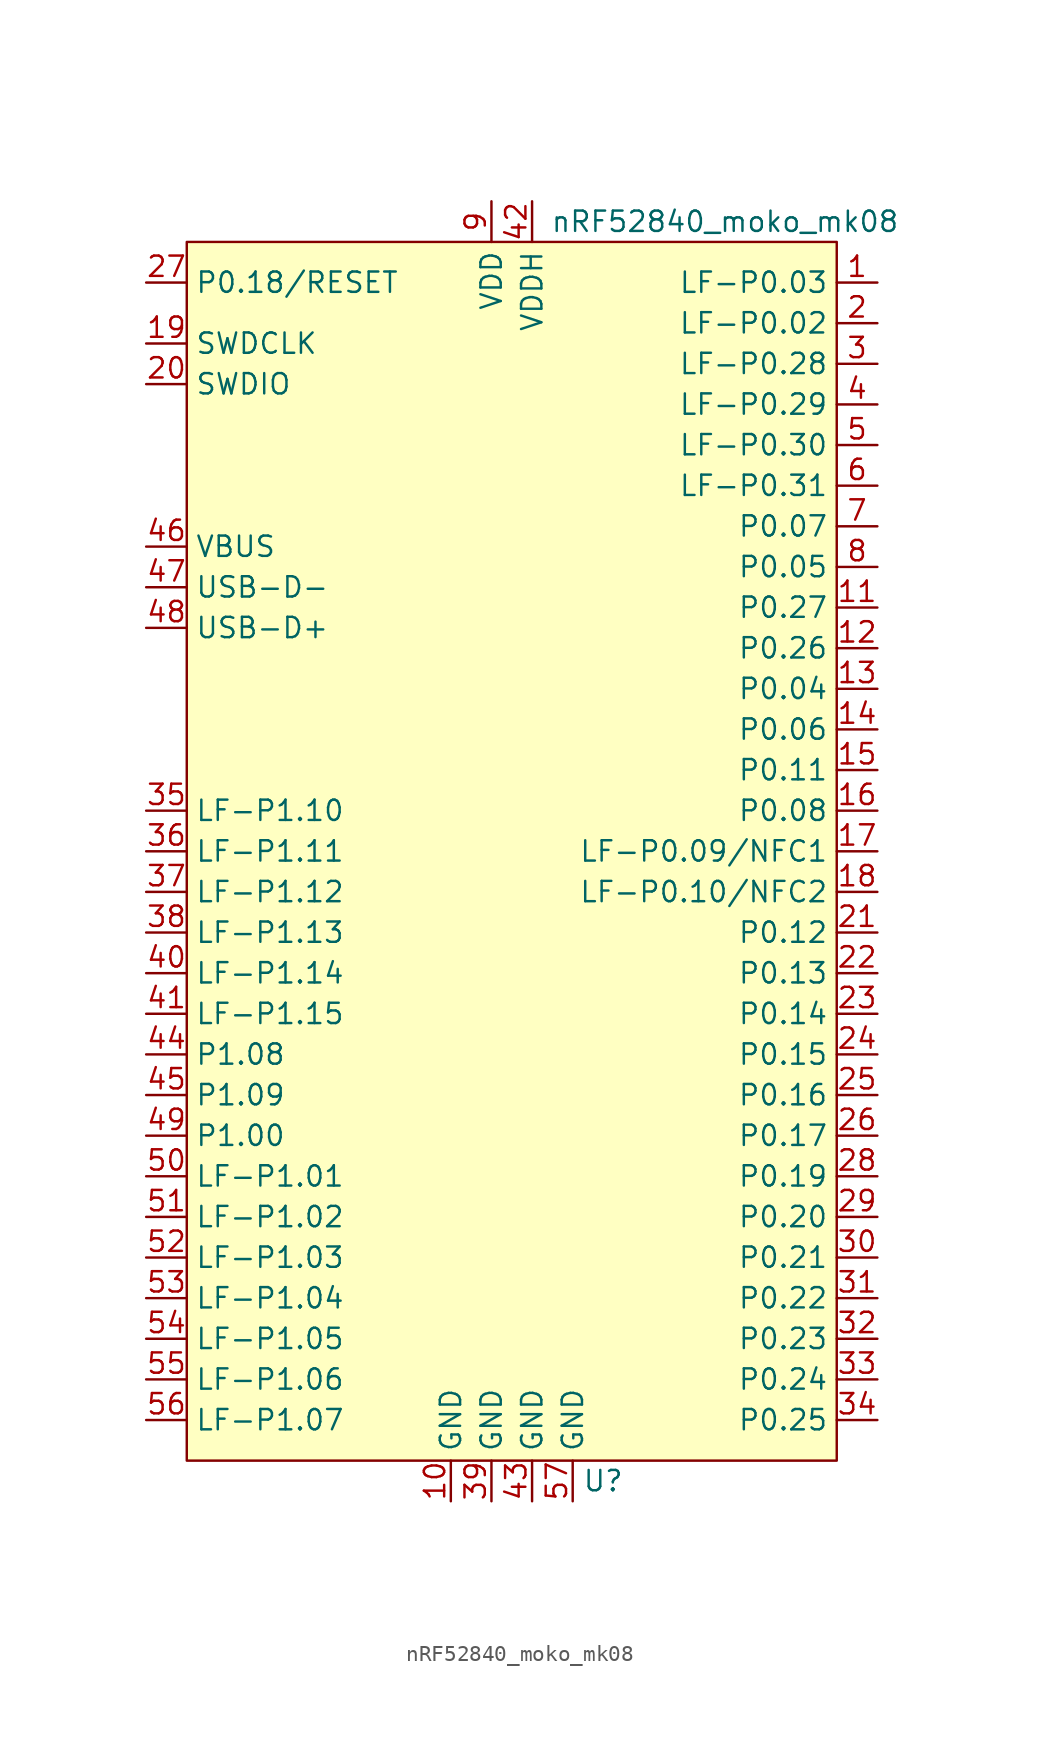
<source format=kicad_sym>
(kicad_symbol_lib
  (version 20211014)
  (generator kicad_symbol_editor)
  (symbol "nRF52840_moko_mk08"
    (property "Reference" "U"
      (at 5.715 -39.37 0)
      (effects (font (size 1.27 1.27))))
    (property "Value" "nRF52840_moko_mk08"
      (at 13.335 39.37 0)
      (effects (font (size 1.27 1.27))))
    (symbol "nRF52840_moko_mk08_0_0"
      (pin bidirectional line (at 22.86 35.56 180) (length 2.54) (name "LF-P0.03" (effects (font (size 1.27 1.27)))) (number "1" (effects (font (size 1.27 1.27)))))
      (pin power_in line (at -3.81 -40.64 90) (length 2.54) (name "GND" (effects (font (size 1.27 1.27)))) (number "10" (effects (font (size 1.27 1.27)))))
      (pin bidirectional line (at 22.86 15.24 180) (length 2.54) (name "P0.27" (effects (font (size 1.27 1.27)))) (number "11" (effects (font (size 1.27 1.27)))))
      (pin bidirectional line (at 22.86 12.7 180) (length 2.54) (name "P0.26" (effects (font (size 1.27 1.27)))) (number "12" (effects (font (size 1.27 1.27)))))
      (pin bidirectional line (at 22.86 10.16 180) (length 2.54) (name "P0.04" (effects (font (size 1.27 1.27)))) (number "13" (effects (font (size 1.27 1.27)))))
      (pin bidirectional line (at 22.86 7.62 180) (length 2.54) (name "P0.06" (effects (font (size 1.27 1.27)))) (number "14" (effects (font (size 1.27 1.27)))))
      (pin bidirectional line (at 22.86 5.08 180) (length 2.54) (name "P0.11" (effects (font (size 1.27 1.27)))) (number "15" (effects (font (size 1.27 1.27)))))
      (pin bidirectional line (at 22.86 2.54 180) (length 2.54) (name "P0.08" (effects (font (size 1.27 1.27)))) (number "16" (effects (font (size 1.27 1.27)))))
      (pin bidirectional line (at 22.86 0 180) (length 2.54) (name "LF-P0.09/NFC1" (effects (font (size 1.27 1.27)))) (number "17" (effects (font (size 1.27 1.27)))))
      (pin bidirectional line (at 22.86 -2.54 180) (length 2.54) (name "LF-P0.10/NFC2" (effects (font (size 1.27 1.27)))) (number "18" (effects (font (size 1.27 1.27)))))
      (pin bidirectional line (at -22.86 31.75 0) (length 2.54) (name "SWDCLK" (effects (font (size 1.27 1.27)))) (number "19" (effects (font (size 1.27 1.27)))))
      (pin bidirectional line (at 22.86 33.02 180) (length 2.54) (name "LF-P0.02" (effects (font (size 1.27 1.27)))) (number "2" (effects (font (size 1.27 1.27)))))
      (pin bidirectional line (at -22.86 29.21 0) (length 2.54) (name "SWDIO" (effects (font (size 1.27 1.27)))) (number "20" (effects (font (size 1.27 1.27)))))
      (pin bidirectional line (at 22.86 -5.08 180) (length 2.54) (name "P0.12" (effects (font (size 1.27 1.27)))) (number "21" (effects (font (size 1.27 1.27)))))
      (pin bidirectional line (at 22.86 -7.62 180) (length 2.54) (name "P0.13" (effects (font (size 1.27 1.27)))) (number "22" (effects (font (size 1.27 1.27)))))
      (pin bidirectional line (at 22.86 -10.16 180) (length 2.54) (name "P0.14" (effects (font (size 1.27 1.27)))) (number "23" (effects (font (size 1.27 1.27)))))
      (pin bidirectional line (at 22.86 -12.7 180) (length 2.54) (name "P0.15" (effects (font (size 1.27 1.27)))) (number "24" (effects (font (size 1.27 1.27)))))
      (pin bidirectional line (at 22.86 -15.24 180) (length 2.54) (name "P0.16" (effects (font (size 1.27 1.27)))) (number "25" (effects (font (size 1.27 1.27)))))
      (pin bidirectional line (at 22.86 -17.78 180) (length 2.54) (name "P0.17" (effects (font (size 1.27 1.27)))) (number "26" (effects (font (size 1.27 1.27)))))
      (pin input line (at -22.86 35.56 0) (length 2.54) (name "P0.18/RESET" (effects (font (size 1.27 1.27)))) (number "27" (effects (font (size 1.27 1.27)))))
      (pin bidirectional line (at 22.86 -20.32 180) (length 2.54) (name "P0.19" (effects (font (size 1.27 1.27)))) (number "28" (effects (font (size 1.27 1.27)))))
      (pin bidirectional line (at 22.86 -22.86 180) (length 2.54) (name "P0.20" (effects (font (size 1.27 1.27)))) (number "29" (effects (font (size 1.27 1.27)))))
      (pin bidirectional line (at 22.86 30.48 180) (length 2.54) (name "LF-P0.28" (effects (font (size 1.27 1.27)))) (number "3" (effects (font (size 1.27 1.27)))))
      (pin bidirectional line (at 22.86 -25.4 180) (length 2.54) (name "P0.21" (effects (font (size 1.27 1.27)))) (number "30" (effects (font (size 1.27 1.27)))))
      (pin bidirectional line (at 22.86 -27.94 180) (length 2.54) (name "P0.22" (effects (font (size 1.27 1.27)))) (number "31" (effects (font (size 1.27 1.27)))))
      (pin bidirectional line (at 22.86 -30.48 180) (length 2.54) (name "P0.23" (effects (font (size 1.27 1.27)))) (number "32" (effects (font (size 1.27 1.27)))))
      (pin bidirectional line (at 22.86 -33.02 180) (length 2.54) (name "P0.24" (effects (font (size 1.27 1.27)))) (number "33" (effects (font (size 1.27 1.27)))))
      (pin bidirectional line (at 22.86 -35.56 180) (length 2.54) (name "P0.25" (effects (font (size 1.27 1.27)))) (number "34" (effects (font (size 1.27 1.27)))))
      (pin bidirectional line (at -22.86 2.54 0) (length 2.54) (name "LF-P1.10" (effects (font (size 1.27 1.27)))) (number "35" (effects (font (size 1.27 1.27)))))
      (pin bidirectional line (at -22.86 0 0) (length 2.54) (name "LF-P1.11" (effects (font (size 1.27 1.27)))) (number "36" (effects (font (size 1.27 1.27)))))
      (pin bidirectional line (at -22.86 -2.54 0) (length 2.54) (name "LF-P1.12" (effects (font (size 1.27 1.27)))) (number "37" (effects (font (size 1.27 1.27)))))
      (pin bidirectional line (at -22.86 -5.08 0) (length 2.54) (name "LF-P1.13" (effects (font (size 1.27 1.27)))) (number "38" (effects (font (size 1.27 1.27)))))
      (pin power_in line (at -1.27 -40.64 90) (length 2.54) (name "GND" (effects (font (size 1.27 1.27)))) (number "39" (effects (font (size 1.27 1.27)))))
      (pin bidirectional line (at 22.86 27.94 180) (length 2.54) (name "LF-P0.29" (effects (font (size 1.27 1.27)))) (number "4" (effects (font (size 1.27 1.27)))))
      (pin bidirectional line (at -22.86 -7.62 0) (length 2.54) (name "LF-P1.14" (effects (font (size 1.27 1.27)))) (number "40" (effects (font (size 1.27 1.27)))))
      (pin bidirectional line (at -22.86 -10.16 0) (length 2.54) (name "LF-P1.15" (effects (font (size 1.27 1.27)))) (number "41" (effects (font (size 1.27 1.27)))))
      (pin power_in line (at 1.27 40.64 270) (length 2.54) (name "VDDH" (effects (font (size 1.27 1.27)))) (number "42" (effects (font (size 1.27 1.27)))))
      (pin power_in line (at 1.27 -40.64 90) (length 2.54) (name "GND" (effects (font (size 1.27 1.27)))) (number "43" (effects (font (size 1.27 1.27)))))
      (pin bidirectional line (at -22.86 -12.7 0) (length 2.54) (name "P1.08" (effects (font (size 1.27 1.27)))) (number "44" (effects (font (size 1.27 1.27)))))
      (pin bidirectional line (at -22.86 -15.24 0) (length 2.54) (name "P1.09" (effects (font (size 1.27 1.27)))) (number "45" (effects (font (size 1.27 1.27)))))
      (pin power_in line (at -22.86 19.05 0) (length 2.54) (name "VBUS" (effects (font (size 1.27 1.27)))) (number "46" (effects (font (size 1.27 1.27)))))
      (pin bidirectional line (at -22.86 16.51 0) (length 2.54) (name "USB-D-" (effects (font (size 1.27 1.27)))) (number "47" (effects (font (size 1.27 1.27)))))
      (pin bidirectional line (at -22.86 13.97 0) (length 2.54) (name "USB-D+" (effects (font (size 1.27 1.27)))) (number "48" (effects (font (size 1.27 1.27)))))
      (pin bidirectional line (at -22.86 -17.78 0) (length 2.54) (name "P1.00" (effects (font (size 1.27 1.27)))) (number "49" (effects (font (size 1.27 1.27)))))
      (pin bidirectional line (at 22.86 25.4 180) (length 2.54) (name "LF-P0.30" (effects (font (size 1.27 1.27)))) (number "5" (effects (font (size 1.27 1.27)))))
      (pin bidirectional line (at -22.86 -20.32 0) (length 2.54) (name "LF-P1.01" (effects (font (size 1.27 1.27)))) (number "50" (effects (font (size 1.27 1.27)))))
      (pin bidirectional line (at -22.86 -22.86 0) (length 2.54) (name "LF-P1.02" (effects (font (size 1.27 1.27)))) (number "51" (effects (font (size 1.27 1.27)))))
      (pin bidirectional line (at -22.86 -25.4 0) (length 2.54) (name "LF-P1.03" (effects (font (size 1.27 1.27)))) (number "52" (effects (font (size 1.27 1.27)))))
      (pin bidirectional line (at -22.86 -27.94 0) (length 2.54) (name "LF-P1.04" (effects (font (size 1.27 1.27)))) (number "53" (effects (font (size 1.27 1.27)))))
      (pin bidirectional line (at -22.86 -30.48 0) (length 2.54) (name "LF-P1.05" (effects (font (size 1.27 1.27)))) (number "54" (effects (font (size 1.27 1.27)))))
      (pin bidirectional line (at -22.86 -33.02 0) (length 2.54) (name "LF-P1.06" (effects (font (size 1.27 1.27)))) (number "55" (effects (font (size 1.27 1.27)))))
      (pin bidirectional line (at -22.86 -35.56 0) (length 2.54) (name "LF-P1.07" (effects (font (size 1.27 1.27)))) (number "56" (effects (font (size 1.27 1.27)))))
      (pin power_in line (at 3.81 -40.64 90) (length 2.54) (name "GND" (effects (font (size 1.27 1.27)))) (number "57" (effects (font (size 1.27 1.27)))))
      (pin bidirectional line (at 22.86 22.86 180) (length 2.54) (name "LF-P0.31" (effects (font (size 1.27 1.27)))) (number "6" (effects (font (size 1.27 1.27)))))
      (pin bidirectional line (at 22.86 20.32 180) (length 2.54) (name "P0.07" (effects (font (size 1.27 1.27)))) (number "7" (effects (font (size 1.27 1.27)))))
      (pin bidirectional line (at 22.86 17.78 180) (length 2.54) (name "P0.05" (effects (font (size 1.27 1.27)))) (number "8" (effects (font (size 1.27 1.27)))))
      (pin power_in line (at -1.27 40.64 270) (length 2.54) (name "VDD" (effects (font (size 1.27 1.27)))) (number "9" (effects (font (size 1.27 1.27))))))
    (symbol "nRF52840_moko_mk08_0_1"
      (rectangle (start -20.32 38.1) (end 20.32 -38.1) (stroke (width 0.152) (type default) (color 0 0 0 0)) (fill (type background))))))
</source>
